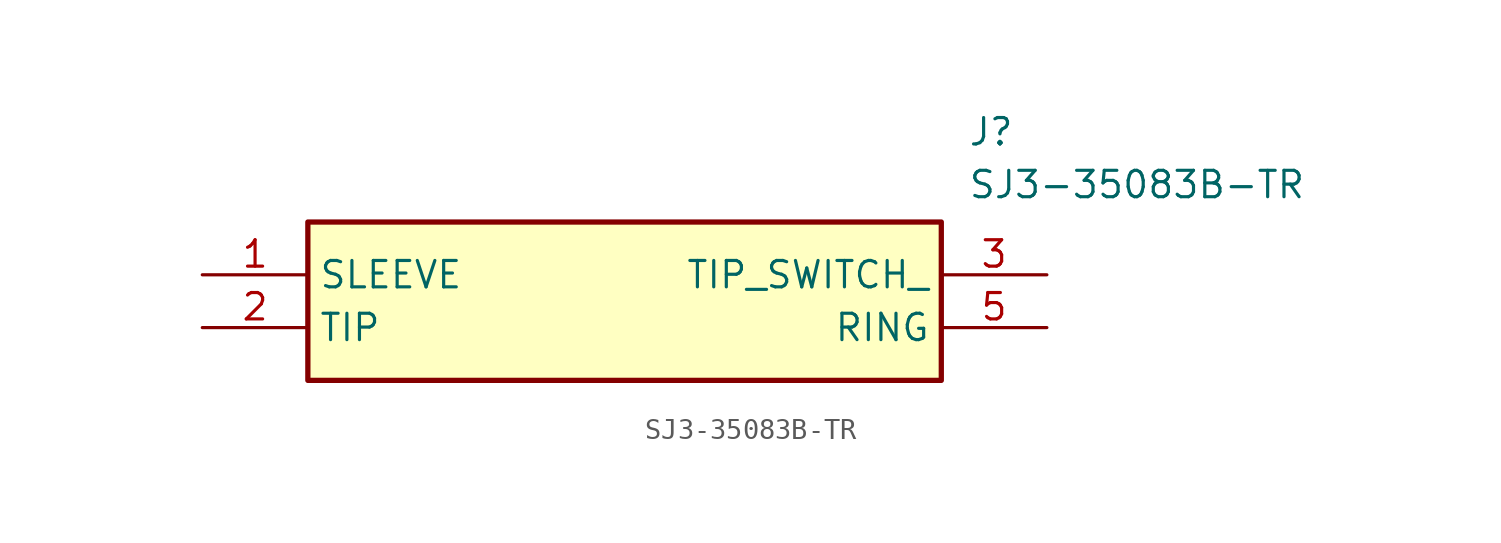
<source format=kicad_sym>
(kicad_symbol_lib
  (version 20211014)
  (generator SamacSys_ECAD_Model)
  (symbol "SJ3-35083B-TR"
    (property "Reference" "J"
      (at 36.83 7.62 0)
      (effects (font (size 1.27 1.27)) (justify left top)))
    (property "Value" "SJ3-35083B-TR"
      (at 36.83 5.08 0)
      (effects (font (size 1.27 1.27)) (justify left top)))
    (rectangle
      (start 5.08 2.54)
      (end 35.56 -5.08)
      (stroke (width 0.254) (type default))
      (fill (type background)))
    (pin passive line
      (at 0 0 0)
      (length 5.08)
      (name "SLEEVE" (effects (font (size 1.27 1.27))))
      (number "1" (effects (font (size 1.27 1.27)))))
    (pin passive line
      (at 0 -2.54 0)
      (length 5.08)
      (name "TIP" (effects (font (size 1.27 1.27))))
      (number "2" (effects (font (size 1.27 1.27)))))
    (pin passive line
      (at 40.64 0 180)
      (length 5.08)
      (name "TIP_SWITCH_" (effects (font (size 1.27 1.27))))
      (number "3" (effects (font (size 1.27 1.27)))))
    (pin passive line
      (at 40.64 -2.54 180)
      (length 5.08)
      (name "RING" (effects (font (size 1.27 1.27))))
      (number "5" (effects (font (size 1.27 1.27)))))))
</source>
